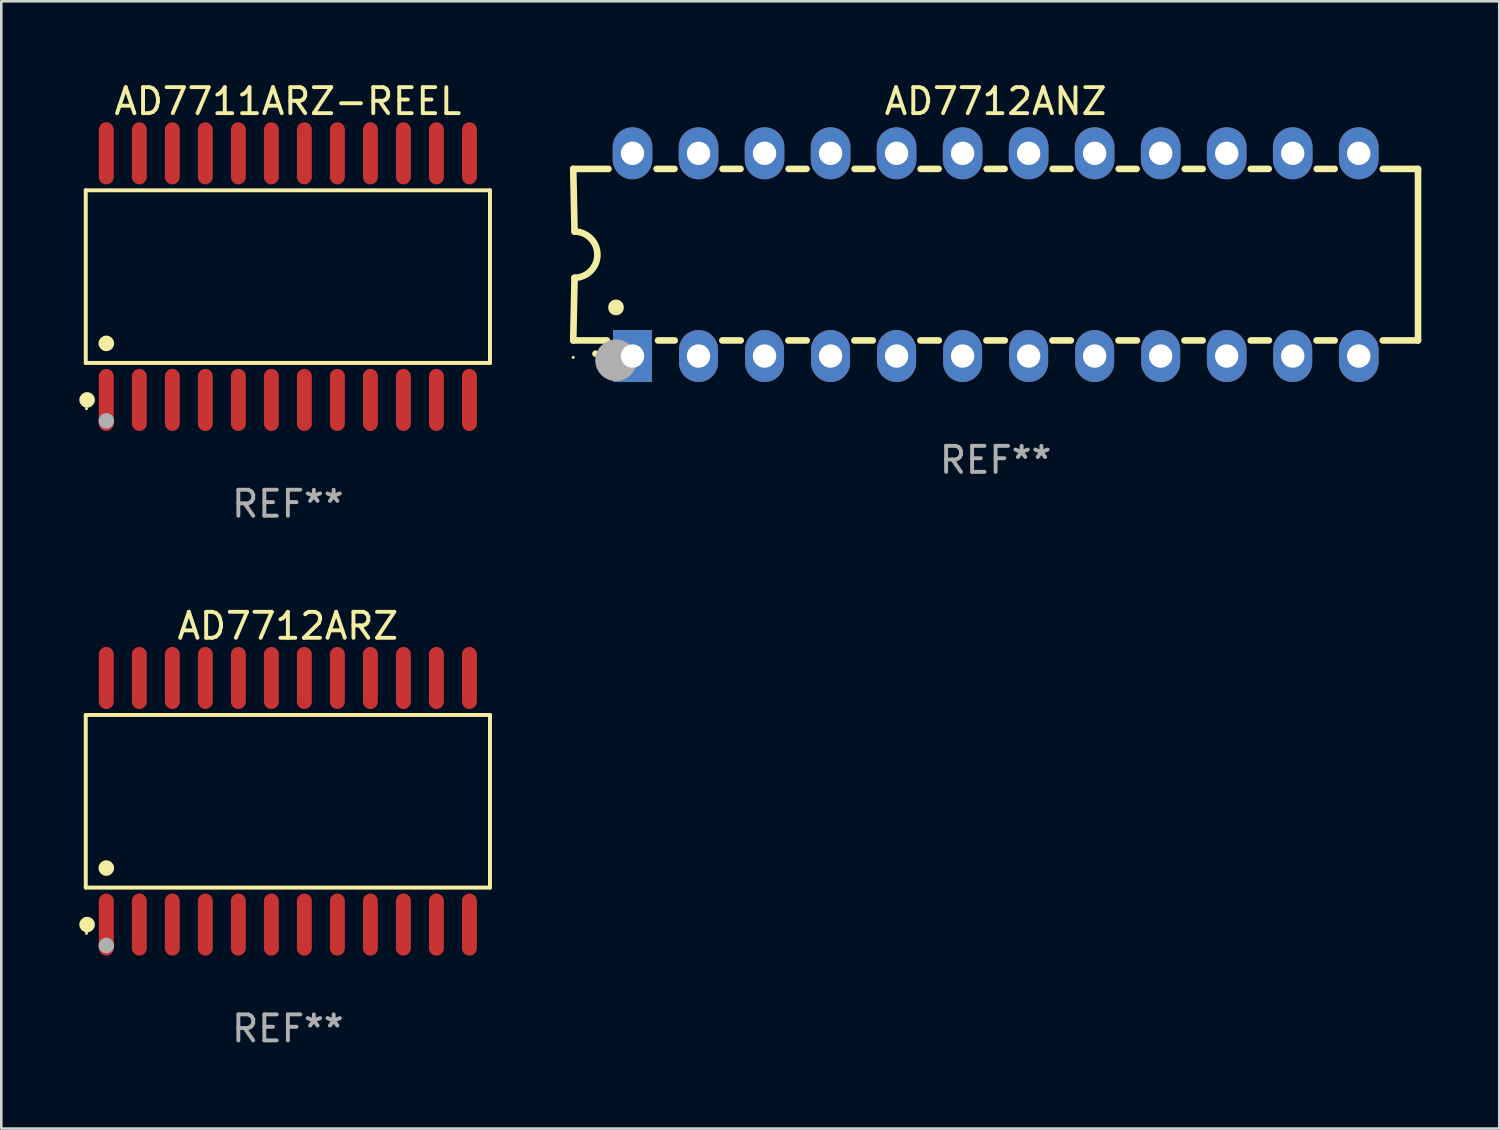
<source format=kicad_pcb>
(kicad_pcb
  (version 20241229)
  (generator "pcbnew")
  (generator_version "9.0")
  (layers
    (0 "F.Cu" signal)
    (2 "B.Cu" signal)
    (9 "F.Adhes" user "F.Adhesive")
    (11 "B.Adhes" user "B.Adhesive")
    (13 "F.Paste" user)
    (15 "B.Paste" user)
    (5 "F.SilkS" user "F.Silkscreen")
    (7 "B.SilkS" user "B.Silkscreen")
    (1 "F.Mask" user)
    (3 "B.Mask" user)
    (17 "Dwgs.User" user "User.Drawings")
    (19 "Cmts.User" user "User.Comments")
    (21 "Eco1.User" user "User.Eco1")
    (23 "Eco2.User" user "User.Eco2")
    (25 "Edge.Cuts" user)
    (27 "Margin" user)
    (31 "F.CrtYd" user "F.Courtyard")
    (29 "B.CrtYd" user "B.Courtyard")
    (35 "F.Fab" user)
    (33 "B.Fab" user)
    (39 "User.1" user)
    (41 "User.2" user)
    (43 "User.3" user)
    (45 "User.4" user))
  (footprint "AD7711ARZ-REEL"
    (layer "F.Cu")
    (at 8.025 7.592)
    (property "Reference" "AD7711ARZ-REEL" (at 0 -6.744 0) (layer "F.SilkS") (effects (font (size 1 1) (thickness 0.15))))
    (attr through_hole)
    (fp_line (start -7.776 -3.321) (end 7.776 -3.321) (stroke (width 0.152) (type solid)) (layer "F.SilkS"))
    (fp_line (start -7.776 3.321) (end -7.776 -3.321) (stroke (width 0.152) (type solid)) (layer "F.SilkS"))
    (fp_line (start 7.776 -3.321) (end 7.776 3.321) (stroke (width 0.152) (type solid)) (layer "F.SilkS"))
    (fp_line (start 7.776 3.321) (end -7.776 3.321) (stroke (width 0.152) (type solid)) (layer "F.SilkS"))
    (fp_circle (center -7.747 5.08) (end -7.717 5.08) (stroke (width 0.06) (type solid)) (fill no) (layer "F.SilkS"))
    (fp_circle (center -7.724 4.744) (end -7.574 4.744) (stroke (width 0.3) (type solid)) (fill no) (layer "F.SilkS"))
    (fp_circle (center -6.985 2.569) (end -6.835 2.569) (stroke (width 0.3) (type solid)) (fill no) (layer "F.SilkS"))
    (fp_circle (center -6.985 5.55) (end -6.835 5.55) (stroke (width 0.3) (type solid)) (fill no) (layer "F.Fab"))
    (fp_text user "REF**" (at 0 8.744 0) (layer "F.Fab") (effects (font (size 1 1) (thickness 0.15))))
    (pad "1" smd oval (at -6.985 4.744) (size 0.574 2.388) (layers "F.Cu" "F.Mask" "F.Paste"))
    (pad "2" smd oval (at -5.715 4.744) (size 0.574 2.388) (layers "F.Cu" "F.Mask" "F.Paste"))
    (pad "3" smd oval (at -4.445 4.744) (size 0.574 2.388) (layers "F.Cu" "F.Mask" "F.Paste"))
    (pad "4" smd oval (at -3.175 4.744) (size 0.574 2.388) (layers "F.Cu" "F.Mask" "F.Paste"))
    (pad "5" smd oval (at -1.905 4.744) (size 0.574 2.388) (layers "F.Cu" "F.Mask" "F.Paste"))
    (pad "6" smd oval (at -0.635 4.744) (size 0.574 2.388) (layers "F.Cu" "F.Mask" "F.Paste"))
    (pad "7" smd oval (at 0.635 4.744) (size 0.574 2.388) (layers "F.Cu" "F.Mask" "F.Paste"))
    (pad "8" smd oval (at 1.905 4.744) (size 0.574 2.388) (layers "F.Cu" "F.Mask" "F.Paste"))
    (pad "9" smd oval (at 3.175 4.744) (size 0.574 2.388) (layers "F.Cu" "F.Mask" "F.Paste"))
    (pad "10" smd oval (at 4.445 4.744) (size 0.574 2.388) (layers "F.Cu" "F.Mask" "F.Paste"))
    (pad "11" smd oval (at 5.715 4.744) (size 0.574 2.388) (layers "F.Cu" "F.Mask" "F.Paste"))
    (pad "12" smd oval (at 6.985 4.744) (size 0.574 2.388) (layers "F.Cu" "F.Mask" "F.Paste"))
    (pad "13" smd oval (at 6.985 -4.744) (size 0.574 2.388) (layers "F.Cu" "F.Mask" "F.Paste"))
    (pad "14" smd oval (at 5.715 -4.744) (size 0.574 2.388) (layers "F.Cu" "F.Mask" "F.Paste"))
    (pad "15" smd oval (at 4.445 -4.744) (size 0.574 2.388) (layers "F.Cu" "F.Mask" "F.Paste"))
    (pad "16" smd oval (at 3.175 -4.744) (size 0.574 2.388) (layers "F.Cu" "F.Mask" "F.Paste"))
    (pad "17" smd oval (at 1.905 -4.744) (size 0.574 2.388) (layers "F.Cu" "F.Mask" "F.Paste"))
    (pad "18" smd oval (at 0.635 -4.744) (size 0.574 2.388) (layers "F.Cu" "F.Mask" "F.Paste"))
    (pad "19" smd oval (at -0.635 -4.744) (size 0.574 2.388) (layers "F.Cu" "F.Mask" "F.Paste"))
    (pad "20" smd oval (at -1.905 -4.744) (size 0.574 2.388) (layers "F.Cu" "F.Mask" "F.Paste"))
    (pad "21" smd oval (at -3.175 -4.744) (size 0.574 2.388) (layers "F.Cu" "F.Mask" "F.Paste"))
    (pad "22" smd oval (at -4.445 -4.744) (size 0.574 2.388) (layers "F.Cu" "F.Mask" "F.Paste"))
    (pad "23" smd oval (at -5.715 -4.744) (size 0.574 2.388) (layers "F.Cu" "F.Mask" "F.Paste"))
    (pad "24" smd oval (at -6.985 -4.744) (size 0.574 2.388) (layers "F.Cu" "F.Mask" "F.Paste")))
  (footprint "AD7712ARZ"
    (layer "F.Cu")
    (at 8.025 27.777)
    (property "Reference" "AD7712ARZ" (at 0 -6.744 0) (layer "F.SilkS") (effects (font (size 1 1) (thickness 0.15))))
    (attr through_hole)
    (fp_line (start -7.776 -3.321) (end 7.776 -3.321) (stroke (width 0.152) (type solid)) (layer "F.SilkS"))
    (fp_line (start -7.776 3.321) (end -7.776 -3.321) (stroke (width 0.152) (type solid)) (layer "F.SilkS"))
    (fp_line (start 7.776 -3.321) (end 7.776 3.321) (stroke (width 0.152) (type solid)) (layer "F.SilkS"))
    (fp_line (start 7.776 3.321) (end -7.776 3.321) (stroke (width 0.152) (type solid)) (layer "F.SilkS"))
    (fp_circle (center -7.747 5.08) (end -7.717 5.08) (stroke (width 0.06) (type solid)) (fill no) (layer "F.SilkS"))
    (fp_circle (center -7.724 4.744) (end -7.574 4.744) (stroke (width 0.3) (type solid)) (fill no) (layer "F.SilkS"))
    (fp_circle (center -6.985 2.569) (end -6.835 2.569) (stroke (width 0.3) (type solid)) (fill no) (layer "F.SilkS"))
    (fp_circle (center -6.985 5.55) (end -6.835 5.55) (stroke (width 0.3) (type solid)) (fill no) (layer "F.Fab"))
    (fp_text user "REF**" (at 0 8.744 0) (layer "F.Fab") (effects (font (size 1 1) (thickness 0.15))))
    (pad "1" smd oval (at -6.985 4.744) (size 0.574 2.388) (layers "F.Cu" "F.Mask" "F.Paste"))
    (pad "2" smd oval (at -5.715 4.744) (size 0.574 2.388) (layers "F.Cu" "F.Mask" "F.Paste"))
    (pad "3" smd oval (at -4.445 4.744) (size 0.574 2.388) (layers "F.Cu" "F.Mask" "F.Paste"))
    (pad "4" smd oval (at -3.175 4.744) (size 0.574 2.388) (layers "F.Cu" "F.Mask" "F.Paste"))
    (pad "5" smd oval (at -1.905 4.744) (size 0.574 2.388) (layers "F.Cu" "F.Mask" "F.Paste"))
    (pad "6" smd oval (at -0.635 4.744) (size 0.574 2.388) (layers "F.Cu" "F.Mask" "F.Paste"))
    (pad "7" smd oval (at 0.635 4.744) (size 0.574 2.388) (layers "F.Cu" "F.Mask" "F.Paste"))
    (pad "8" smd oval (at 1.905 4.744) (size 0.574 2.388) (layers "F.Cu" "F.Mask" "F.Paste"))
    (pad "9" smd oval (at 3.175 4.744) (size 0.574 2.388) (layers "F.Cu" "F.Mask" "F.Paste"))
    (pad "10" smd oval (at 4.445 4.744) (size 0.574 2.388) (layers "F.Cu" "F.Mask" "F.Paste"))
    (pad "11" smd oval (at 5.715 4.744) (size 0.574 2.388) (layers "F.Cu" "F.Mask" "F.Paste"))
    (pad "12" smd oval (at 6.985 4.744) (size 0.574 2.388) (layers "F.Cu" "F.Mask" "F.Paste"))
    (pad "13" smd oval (at 6.985 -4.744) (size 0.574 2.388) (layers "F.Cu" "F.Mask" "F.Paste"))
    (pad "14" smd oval (at 5.715 -4.744) (size 0.574 2.388) (layers "F.Cu" "F.Mask" "F.Paste"))
    (pad "15" smd oval (at 4.445 -4.744) (size 0.574 2.388) (layers "F.Cu" "F.Mask" "F.Paste"))
    (pad "16" smd oval (at 3.175 -4.744) (size 0.574 2.388) (layers "F.Cu" "F.Mask" "F.Paste"))
    (pad "17" smd oval (at 1.905 -4.744) (size 0.574 2.388) (layers "F.Cu" "F.Mask" "F.Paste"))
    (pad "18" smd oval (at 0.635 -4.744) (size 0.574 2.388) (layers "F.Cu" "F.Mask" "F.Paste"))
    (pad "19" smd oval (at -0.635 -4.744) (size 0.574 2.388) (layers "F.Cu" "F.Mask" "F.Paste"))
    (pad "20" smd oval (at -1.905 -4.744) (size 0.574 2.388) (layers "F.Cu" "F.Mask" "F.Paste"))
    (pad "21" smd oval (at -3.175 -4.744) (size 0.574 2.388) (layers "F.Cu" "F.Mask" "F.Paste"))
    (pad "22" smd oval (at -4.445 -4.744) (size 0.574 2.388) (layers "F.Cu" "F.Mask" "F.Paste"))
    (pad "23" smd oval (at -5.715 -4.744) (size 0.574 2.388) (layers "F.Cu" "F.Mask" "F.Paste"))
    (pad "24" smd oval (at -6.985 -4.744) (size 0.574 2.388) (layers "F.Cu" "F.Mask" "F.Paste")))
  (footprint "AD7712ANZ"
    (layer "F.Cu")
    (at 35.254 6.748)
    (property "Reference" "AD7712ANZ" (at 0 -5.9 0) (layer "F.SilkS") (effects (font (size 1 1) (thickness 0.15))))
    (attr through_hole)
    (fp_line (start -16.25 -3.3) (end -16.2 -0.889) (stroke (width 0.254) (type solid)) (layer "F.SilkS"))
    (fp_line (start -16.25 -3.3) (end -14.895 -3.3) (stroke (width 0.254) (type solid)) (layer "F.SilkS"))
    (fp_line (start -16.25 3.3) (end -16.2 0.889) (stroke (width 0.254) (type solid)) (layer "F.SilkS"))
    (fp_line (start -16.25 3.3) (end -14.951 3.3) (stroke (width 0.254) (type solid)) (layer "F.SilkS"))
    (fp_line (start -13.045 -3.3) (end -12.355 -3.3) (stroke (width 0.254) (type solid)) (layer "F.SilkS"))
    (fp_line (start -12.989 3.3) (end -12.347 3.3) (stroke (width 0.254) (type solid)) (layer "F.SilkS"))
    (fp_line (start -10.514 3.3) (end -9.807 3.3) (stroke (width 0.254) (type solid)) (layer "F.SilkS"))
    (fp_line (start -10.505 -3.3) (end -9.815 -3.3) (stroke (width 0.254) (type solid)) (layer "F.SilkS"))
    (fp_line (start -7.974 3.3) (end -7.267 3.3) (stroke (width 0.254) (type solid)) (layer "F.SilkS"))
    (fp_line (start -7.965 -3.3) (end -7.275 -3.3) (stroke (width 0.254) (type solid)) (layer "F.SilkS"))
    (fp_line (start -5.434 3.3) (end -4.727 3.3) (stroke (width 0.254) (type solid)) (layer "F.SilkS"))
    (fp_line (start -5.425 -3.3) (end -4.735 -3.3) (stroke (width 0.254) (type solid)) (layer "F.SilkS"))
    (fp_line (start -2.894 3.3) (end -2.187 3.3) (stroke (width 0.254) (type solid)) (layer "F.SilkS"))
    (fp_line (start -2.885 -3.3) (end -2.195 -3.3) (stroke (width 0.254) (type solid)) (layer "F.SilkS"))
    (fp_line (start -0.354 3.3) (end 0.353 3.3) (stroke (width 0.254) (type solid)) (layer "F.SilkS"))
    (fp_line (start -0.345 -3.3) (end 0.345 -3.3) (stroke (width 0.254) (type solid)) (layer "F.SilkS"))
    (fp_line (start 2.186 3.3) (end 2.893 3.3) (stroke (width 0.254) (type solid)) (layer "F.SilkS"))
    (fp_line (start 2.195 -3.3) (end 2.885 -3.3) (stroke (width 0.254) (type solid)) (layer "F.SilkS"))
    (fp_line (start 4.726 3.3) (end 5.434 3.3) (stroke (width 0.254) (type solid)) (layer "F.SilkS"))
    (fp_line (start 4.735 -3.3) (end 5.425 -3.3) (stroke (width 0.254) (type solid)) (layer "F.SilkS"))
    (fp_line (start 7.266 3.3) (end 7.965 3.3) (stroke (width 0.254) (type solid)) (layer "F.SilkS"))
    (fp_line (start 7.275 -3.3) (end 7.965 -3.3) (stroke (width 0.254) (type solid)) (layer "F.SilkS"))
    (fp_line (start 9.815 -3.3) (end 10.505 -3.3) (stroke (width 0.254) (type solid)) (layer "F.SilkS"))
    (fp_line (start 9.815 3.3) (end 10.514 3.3) (stroke (width 0.254) (type solid)) (layer "F.SilkS"))
    (fp_line (start 12.346 3.3) (end 13.045 3.3) (stroke (width 0.254) (type solid)) (layer "F.SilkS"))
    (fp_line (start 12.355 -3.3) (end 13.045 -3.3) (stroke (width 0.254) (type solid)) (layer "F.SilkS"))
    (fp_line (start 16.25 -3.3) (end 14.895 -3.3) (stroke (width 0.254) (type solid)) (layer "F.SilkS"))
    (fp_line (start 16.25 -3.3) (end 16.25 3.3) (stroke (width 0.254) (type solid)) (layer "F.SilkS"))
    (fp_line (start 16.25 3.3) (end 14.895 3.3) (stroke (width 0.254) (type solid)) (layer "F.SilkS"))
    (fp_arc (start -16.201016 -0.890146) (mid -15.311429 -0.001055) (end -16.200025 0.889027) (stroke (width 0.254001) (type solid)) (layer "F.SilkS"))
    (fp_arc (start -15.394971 3.810033) (mid -15.394978 3.808763) (end -15.394971 3.807493) (stroke (width 0.25) (type solid)) (layer "F.SilkS"))
    (fp_arc (start -14.605029 2.032029) (mid -14.60504 2.029489) (end -14.605029 2.026949) (stroke (width 0.6) (type solid)) (layer "F.SilkS"))
    (fp_circle (center -16.25 3.95) (end -16.22 3.95) (stroke (width 0.06) (type solid)) (fill no) (layer "F.SilkS"))
    (fp_circle (center -14.605 4.064) (end -14.205 4.064) (stroke (width 0.8) (type solid)) (fill no) (layer "F.Fab"))
    (fp_text user "REF**" (at 0 7.9 0) (layer "F.Fab") (effects (font (size 1 1) (thickness 0.15))))
    (pad "1" thru_hole rect (at -13.97 3.9 90) (size 2 1.5) (drill 0.9) (layers "*.Cu" "*.Mask"))
    (pad "2" thru_hole oval (at -11.43 3.9 90) (size 2 1.5) (drill 0.9) (layers "*.Cu" "*.Mask"))
    (pad "3" thru_hole oval (at -8.89 3.9 90) (size 2 1.5) (drill 0.9) (layers "*.Cu" "*.Mask"))
    (pad "4" thru_hole oval (at -6.35 3.9 90) (size 2 1.5) (drill 0.9) (layers "*.Cu" "*.Mask"))
    (pad "5" thru_hole oval (at -3.81 3.9 90) (size 2 1.5) (drill 0.9) (layers "*.Cu" "*.Mask"))
    (pad "6" thru_hole oval (at -1.27 3.9 90) (size 2 1.5) (drill 0.9) (layers "*.Cu" "*.Mask"))
    (pad "7" thru_hole oval (at 1.27 3.9 90) (size 2 1.5) (drill 0.9) (layers "*.Cu" "*.Mask"))
    (pad "8" thru_hole oval (at 3.81 3.9 90) (size 2 1.5) (drill 0.9) (layers "*.Cu" "*.Mask"))
    (pad "9" thru_hole oval (at 6.35 3.9 90) (size 2 1.5) (drill 0.9) (layers "*.Cu" "*.Mask"))
    (pad "10" thru_hole oval (at 8.89 3.9 90) (size 2 1.524) (drill 0.9) (layers "*.Cu" "*.Mask"))
    (pad "11" thru_hole oval (at 11.43 3.9 90) (size 2 1.5) (drill 0.9) (layers "*.Cu" "*.Mask"))
    (pad "12" thru_hole oval (at 13.97 3.9 90) (size 2 1.524) (drill 0.9) (layers "*.Cu" "*.Mask"))
    (pad "13" thru_hole oval (at 13.97 -3.9 90) (size 2 1.524) (drill 0.9) (layers "*.Cu" "*.Mask"))
    (pad "14" thru_hole oval (at 11.43 -3.9 90) (size 2 1.524) (drill 0.9) (layers "*.Cu" "*.Mask"))
    (pad "15" thru_hole oval (at 8.89 -3.9 90) (size 2 1.524) (drill 0.9) (layers "*.Cu" "*.Mask"))
    (pad "16" thru_hole oval (at 6.35 -3.9 90) (size 2 1.524) (drill 0.9) (layers "*.Cu" "*.Mask"))
    (pad "17" thru_hole oval (at 3.81 -3.9 90) (size 2 1.524) (drill 0.9) (layers "*.Cu" "*.Mask"))
    (pad "18" thru_hole oval (at 1.27 -3.9 90) (size 2 1.524) (drill 0.9) (layers "*.Cu" "*.Mask"))
    (pad "19" thru_hole oval (at -1.27 -3.9 90) (size 2 1.524) (drill 0.9) (layers "*.Cu" "*.Mask"))
    (pad "20" thru_hole oval (at -3.81 -3.9 90) (size 2 1.524) (drill 0.9) (layers "*.Cu" "*.Mask"))
    (pad "21" thru_hole oval (at -6.35 -3.9 90) (size 2 1.524) (drill 0.9) (layers "*.Cu" "*.Mask"))
    (pad "22" thru_hole oval (at -8.89 -3.9 90) (size 2 1.524) (drill 0.9) (layers "*.Cu" "*.Mask"))
    (pad "23" thru_hole oval (at -11.43 -3.9 90) (size 2 1.524) (drill 0.9) (layers "*.Cu" "*.Mask"))
    (pad "24" thru_hole oval (at -13.97 -3.9 90) (size 2 1.524) (drill 0.9) (layers "*.Cu" "*.Mask")))
  (gr_rect
    (start -3 -3)
    (end 54.631 40.369)
    (stroke (width 0.1) (type default))
    (fill no)
    (layer "Edge.Cuts")))
</source>
